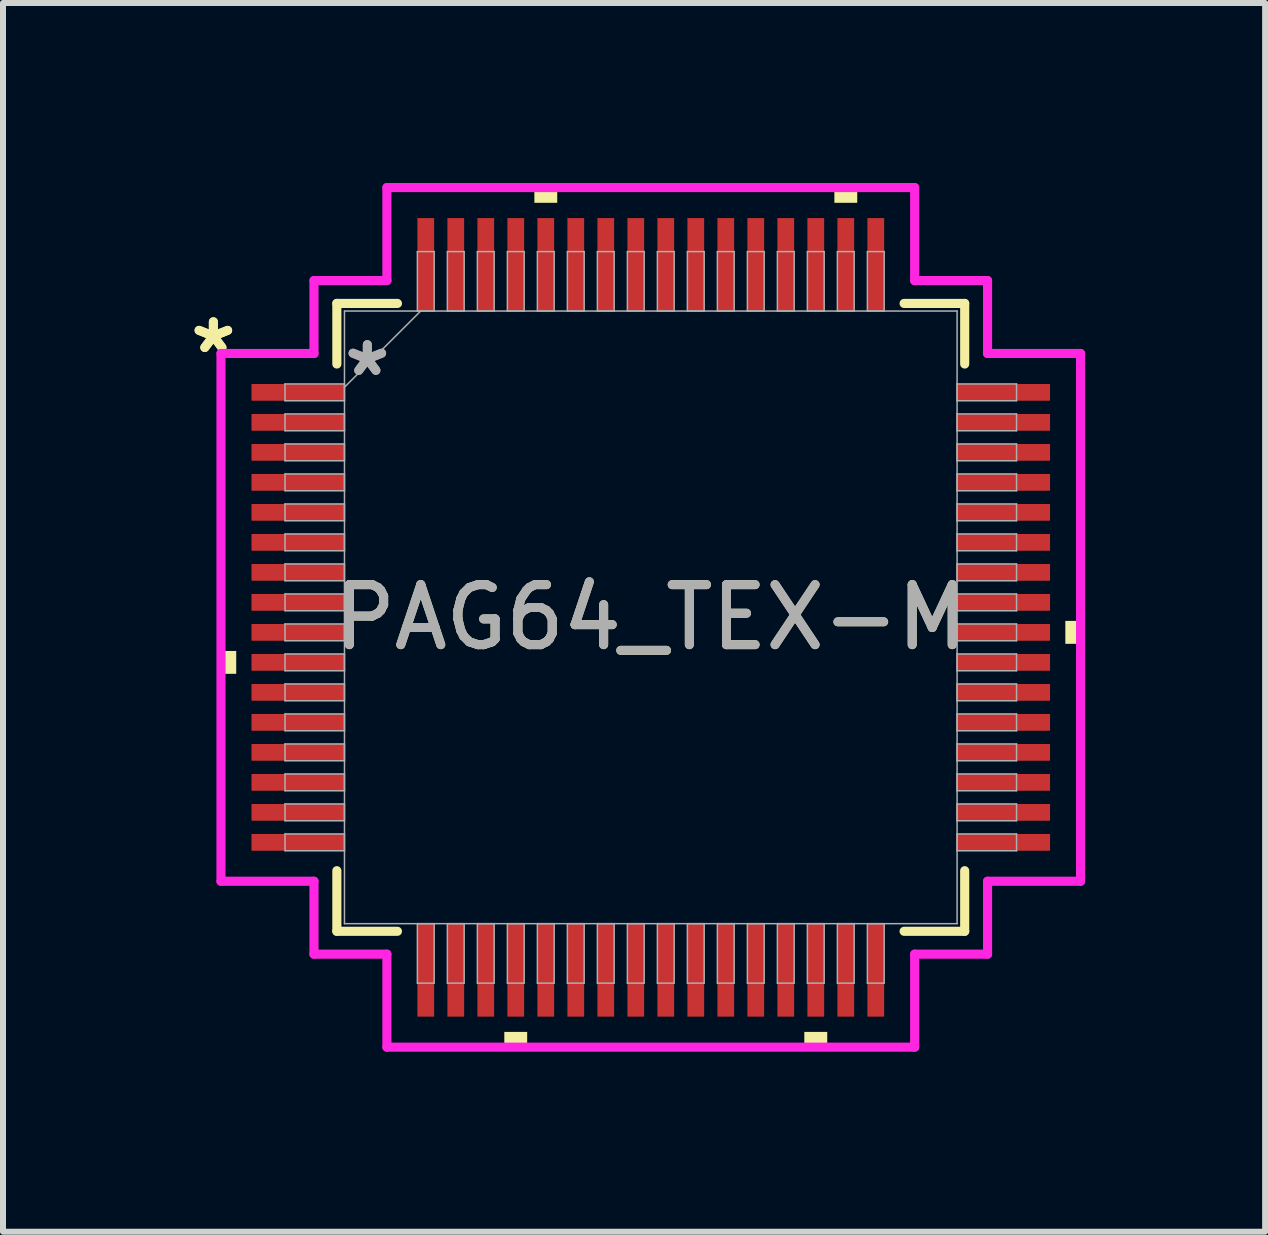
<source format=kicad_pcb>
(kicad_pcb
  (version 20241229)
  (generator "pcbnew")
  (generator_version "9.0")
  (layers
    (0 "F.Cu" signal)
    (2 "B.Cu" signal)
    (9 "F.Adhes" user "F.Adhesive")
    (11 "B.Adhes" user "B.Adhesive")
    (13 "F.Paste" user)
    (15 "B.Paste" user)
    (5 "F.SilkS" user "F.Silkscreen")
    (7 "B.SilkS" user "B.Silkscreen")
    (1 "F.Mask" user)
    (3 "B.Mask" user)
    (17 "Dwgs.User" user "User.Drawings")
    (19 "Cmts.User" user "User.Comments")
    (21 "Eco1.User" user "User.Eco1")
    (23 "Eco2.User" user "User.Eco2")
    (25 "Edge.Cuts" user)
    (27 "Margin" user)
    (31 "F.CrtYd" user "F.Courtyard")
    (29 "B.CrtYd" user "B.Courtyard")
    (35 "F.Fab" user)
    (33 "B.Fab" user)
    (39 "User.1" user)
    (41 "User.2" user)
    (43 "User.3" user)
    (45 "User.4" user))
  (footprint "PAG64_TEX-M"
    (layer "F.Cu")
    (at 7.796 7.239)
    (property "Reference" "PAG64_TEX-M" (at 0 0 0) (unlocked yes) (layer "F.SilkS") (effects (font (size 1 1) (thickness 0.15))))
    (attr smd)
    (fp_line (start -5.232 -5.232) (end -5.232 -4.222) (stroke (width 0.152) (type solid)) (layer "F.SilkS"))
    (fp_line (start -5.232 4.222) (end -5.232 5.232) (stroke (width 0.152) (type solid)) (layer "F.SilkS"))
    (fp_line (start -5.232 5.232) (end -4.222 5.232) (stroke (width 0.152) (type solid)) (layer "F.SilkS"))
    (fp_line (start -4.222 -5.232) (end -5.232 -5.232) (stroke (width 0.152) (type solid)) (layer "F.SilkS"))
    (fp_line (start 4.222 5.232) (end 5.232 5.232) (stroke (width 0.152) (type solid)) (layer "F.SilkS"))
    (fp_line (start 5.232 -5.232) (end 4.222 -5.232) (stroke (width 0.152) (type solid)) (layer "F.SilkS"))
    (fp_line (start 5.232 -4.222) (end 5.232 -5.232) (stroke (width 0.152) (type solid)) (layer "F.SilkS"))
    (fp_line (start 5.232 5.232) (end 5.232 4.222) (stroke (width 0.152) (type solid)) (layer "F.SilkS"))
    (fp_poly (pts (xy -7.163 0.56) (xy -7.163 0.941) (xy -6.909 0.941) (xy -6.909 0.56)) (stroke (width 0) (type solid)) (fill yes) (layer "F.SilkS"))
    (fp_poly (pts (xy -2.441 6.909) (xy -2.441 7.163) (xy -2.06 7.163) (xy -2.06 6.909)) (stroke (width 0) (type solid)) (fill yes) (layer "F.SilkS"))
    (fp_poly (pts (xy -1.94 -6.909) (xy -1.94 -7.163) (xy -1.559 -7.163) (xy -1.559 -6.909)) (stroke (width 0) (type solid)) (fill yes) (layer "F.SilkS"))
    (fp_poly (pts (xy 2.559 6.909) (xy 2.559 7.163) (xy 2.941 7.163) (xy 2.941 6.909)) (stroke (width 0) (type solid)) (fill yes) (layer "F.SilkS"))
    (fp_poly (pts (xy 3.06 -6.909) (xy 3.06 -7.163) (xy 3.441 -7.163) (xy 3.441 -6.909)) (stroke (width 0) (type solid)) (fill yes) (layer "F.SilkS"))
    (fp_poly (pts (xy 7.163 0.059) (xy 7.163 0.441) (xy 6.909 0.441) (xy 6.909 0.059)) (stroke (width 0) (type solid)) (fill yes) (layer "F.SilkS"))
    (fp_line (start -7.163 -4.398) (end -5.613 -4.398) (stroke (width 0.152) (type solid)) (layer "F.CrtYd"))
    (fp_line (start -7.163 4.398) (end -7.163 -4.398) (stroke (width 0.152) (type solid)) (layer "F.CrtYd"))
    (fp_line (start -5.613 -5.613) (end -4.398 -5.613) (stroke (width 0.152) (type solid)) (layer "F.CrtYd"))
    (fp_line (start -5.613 -4.398) (end -5.613 -5.613) (stroke (width 0.152) (type solid)) (layer "F.CrtYd"))
    (fp_line (start -5.613 4.398) (end -7.163 4.398) (stroke (width 0.152) (type solid)) (layer "F.CrtYd"))
    (fp_line (start -5.613 5.613) (end -5.613 4.398) (stroke (width 0.152) (type solid)) (layer "F.CrtYd"))
    (fp_line (start -5.613 5.613) (end -4.398 5.613) (stroke (width 0.152) (type solid)) (layer "F.CrtYd"))
    (fp_line (start -4.398 -7.163) (end 4.398 -7.163) (stroke (width 0.152) (type solid)) (layer "F.CrtYd"))
    (fp_line (start -4.398 -5.613) (end -4.398 -7.163) (stroke (width 0.152) (type solid)) (layer "F.CrtYd"))
    (fp_line (start -4.398 5.613) (end -4.398 7.163) (stroke (width 0.152) (type solid)) (layer "F.CrtYd"))
    (fp_line (start -4.398 7.163) (end 4.398 7.163) (stroke (width 0.152) (type solid)) (layer "F.CrtYd"))
    (fp_line (start 4.398 -7.163) (end 4.398 -5.613) (stroke (width 0.152) (type solid)) (layer "F.CrtYd"))
    (fp_line (start 4.398 -5.613) (end 5.613 -5.613) (stroke (width 0.152) (type solid)) (layer "F.CrtYd"))
    (fp_line (start 4.398 5.613) (end 5.613 5.613) (stroke (width 0.152) (type solid)) (layer "F.CrtYd"))
    (fp_line (start 4.398 7.163) (end 4.398 5.613) (stroke (width 0.152) (type solid)) (layer "F.CrtYd"))
    (fp_line (start 5.613 -4.398) (end 5.613 -5.613) (stroke (width 0.152) (type solid)) (layer "F.CrtYd"))
    (fp_line (start 5.613 4.398) (end 7.163 4.398) (stroke (width 0.152) (type solid)) (layer "F.CrtYd"))
    (fp_line (start 5.613 5.613) (end 5.613 4.398) (stroke (width 0.152) (type solid)) (layer "F.CrtYd"))
    (fp_line (start 7.163 -4.398) (end 5.613 -4.398) (stroke (width 0.152) (type solid)) (layer "F.CrtYd"))
    (fp_line (start 7.163 4.398) (end 7.163 -4.398) (stroke (width 0.152) (type solid)) (layer "F.CrtYd"))
    (fp_line (start -6.096 -3.89) (end -6.096 -3.61) (stroke (width 0.025) (type solid)) (layer "F.Fab"))
    (fp_line (start -6.096 -3.61) (end -5.105 -3.61) (stroke (width 0.025) (type solid)) (layer "F.Fab"))
    (fp_line (start -6.096 -3.39) (end -6.096 -3.11) (stroke (width 0.025) (type solid)) (layer "F.Fab"))
    (fp_line (start -6.096 -3.11) (end -5.105 -3.11) (stroke (width 0.025) (type solid)) (layer "F.Fab"))
    (fp_line (start -6.096 -2.89) (end -6.096 -2.61) (stroke (width 0.025) (type solid)) (layer "F.Fab"))
    (fp_line (start -6.096 -2.61) (end -5.105 -2.61) (stroke (width 0.025) (type solid)) (layer "F.Fab"))
    (fp_line (start -6.096 -2.39) (end -6.096 -2.11) (stroke (width 0.025) (type solid)) (layer "F.Fab"))
    (fp_line (start -6.096 -2.11) (end -5.105 -2.11) (stroke (width 0.025) (type solid)) (layer "F.Fab"))
    (fp_line (start -6.096 -1.89) (end -6.096 -1.61) (stroke (width 0.025) (type solid)) (layer "F.Fab"))
    (fp_line (start -6.096 -1.61) (end -5.105 -1.61) (stroke (width 0.025) (type solid)) (layer "F.Fab"))
    (fp_line (start -6.096 -1.39) (end -6.096 -1.11) (stroke (width 0.025) (type solid)) (layer "F.Fab"))
    (fp_line (start -6.096 -1.11) (end -5.105 -1.11) (stroke (width 0.025) (type solid)) (layer "F.Fab"))
    (fp_line (start -6.096 -0.89) (end -6.096 -0.61) (stroke (width 0.025) (type solid)) (layer "F.Fab"))
    (fp_line (start -6.096 -0.61) (end -5.105 -0.61) (stroke (width 0.025) (type solid)) (layer "F.Fab"))
    (fp_line (start -6.096 -0.39) (end -6.096 -0.11) (stroke (width 0.025) (type solid)) (layer "F.Fab"))
    (fp_line (start -6.096 -0.11) (end -5.105 -0.11) (stroke (width 0.025) (type solid)) (layer "F.Fab"))
    (fp_line (start -6.096 0.11) (end -6.096 0.39) (stroke (width 0.025) (type solid)) (layer "F.Fab"))
    (fp_line (start -6.096 0.39) (end -5.105 0.39) (stroke (width 0.025) (type solid)) (layer "F.Fab"))
    (fp_line (start -6.096 0.61) (end -6.096 0.89) (stroke (width 0.025) (type solid)) (layer "F.Fab"))
    (fp_line (start -6.096 0.89) (end -5.105 0.89) (stroke (width 0.025) (type solid)) (layer "F.Fab"))
    (fp_line (start -6.096 1.11) (end -6.096 1.39) (stroke (width 0.025) (type solid)) (layer "F.Fab"))
    (fp_line (start -6.096 1.39) (end -5.105 1.39) (stroke (width 0.025) (type solid)) (layer "F.Fab"))
    (fp_line (start -6.096 1.61) (end -6.096 1.89) (stroke (width 0.025) (type solid)) (layer "F.Fab"))
    (fp_line (start -6.096 1.89) (end -5.105 1.89) (stroke (width 0.025) (type solid)) (layer "F.Fab"))
    (fp_line (start -6.096 2.11) (end -6.096 2.39) (stroke (width 0.025) (type solid)) (layer "F.Fab"))
    (fp_line (start -6.096 2.39) (end -5.105 2.39) (stroke (width 0.025) (type solid)) (layer "F.Fab"))
    (fp_line (start -6.096 2.61) (end -6.096 2.89) (stroke (width 0.025) (type solid)) (layer "F.Fab"))
    (fp_line (start -6.096 2.89) (end -5.105 2.89) (stroke (width 0.025) (type solid)) (layer "F.Fab"))
    (fp_line (start -6.096 3.11) (end -6.096 3.39) (stroke (width 0.025) (type solid)) (layer "F.Fab"))
    (fp_line (start -6.096 3.39) (end -5.105 3.39) (stroke (width 0.025) (type solid)) (layer "F.Fab"))
    (fp_line (start -6.096 3.61) (end -6.096 3.89) (stroke (width 0.025) (type solid)) (layer "F.Fab"))
    (fp_line (start -6.096 3.89) (end -5.105 3.89) (stroke (width 0.025) (type solid)) (layer "F.Fab"))
    (fp_line (start -5.105 -5.105) (end -5.105 5.105) (stroke (width 0.025) (type solid)) (layer "F.Fab"))
    (fp_line (start -5.105 -3.89) (end -6.096 -3.89) (stroke (width 0.025) (type solid)) (layer "F.Fab"))
    (fp_line (start -5.105 -3.835) (end -3.835 -5.105) (stroke (width 0.025) (type solid)) (layer "F.Fab"))
    (fp_line (start -5.105 -3.61) (end -5.105 -3.89) (stroke (width 0.025) (type solid)) (layer "F.Fab"))
    (fp_line (start -5.105 -3.39) (end -6.096 -3.39) (stroke (width 0.025) (type solid)) (layer "F.Fab"))
    (fp_line (start -5.105 -3.11) (end -5.105 -3.39) (stroke (width 0.025) (type solid)) (layer "F.Fab"))
    (fp_line (start -5.105 -2.89) (end -6.096 -2.89) (stroke (width 0.025) (type solid)) (layer "F.Fab"))
    (fp_line (start -5.105 -2.61) (end -5.105 -2.89) (stroke (width 0.025) (type solid)) (layer "F.Fab"))
    (fp_line (start -5.105 -2.39) (end -6.096 -2.39) (stroke (width 0.025) (type solid)) (layer "F.Fab"))
    (fp_line (start -5.105 -2.11) (end -5.105 -2.39) (stroke (width 0.025) (type solid)) (layer "F.Fab"))
    (fp_line (start -5.105 -1.89) (end -6.096 -1.89) (stroke (width 0.025) (type solid)) (layer "F.Fab"))
    (fp_line (start -5.105 -1.61) (end -5.105 -1.89) (stroke (width 0.025) (type solid)) (layer "F.Fab"))
    (fp_line (start -5.105 -1.39) (end -6.096 -1.39) (stroke (width 0.025) (type solid)) (layer "F.Fab"))
    (fp_line (start -5.105 -1.11) (end -5.105 -1.39) (stroke (width 0.025) (type solid)) (layer "F.Fab"))
    (fp_line (start -5.105 -0.89) (end -6.096 -0.89) (stroke (width 0.025) (type solid)) (layer "F.Fab"))
    (fp_line (start -5.105 -0.61) (end -5.105 -0.89) (stroke (width 0.025) (type solid)) (layer "F.Fab"))
    (fp_line (start -5.105 -0.39) (end -6.096 -0.39) (stroke (width 0.025) (type solid)) (layer "F.Fab"))
    (fp_line (start -5.105 -0.11) (end -5.105 -0.39) (stroke (width 0.025) (type solid)) (layer "F.Fab"))
    (fp_line (start -5.105 0.11) (end -6.096 0.11) (stroke (width 0.025) (type solid)) (layer "F.Fab"))
    (fp_line (start -5.105 0.39) (end -5.105 0.11) (stroke (width 0.025) (type solid)) (layer "F.Fab"))
    (fp_line (start -5.105 0.61) (end -6.096 0.61) (stroke (width 0.025) (type solid)) (layer "F.Fab"))
    (fp_line (start -5.105 0.89) (end -5.105 0.61) (stroke (width 0.025) (type solid)) (layer "F.Fab"))
    (fp_line (start -5.105 1.11) (end -6.096 1.11) (stroke (width 0.025) (type solid)) (layer "F.Fab"))
    (fp_line (start -5.105 1.39) (end -5.105 1.11) (stroke (width 0.025) (type solid)) (layer "F.Fab"))
    (fp_line (start -5.105 1.61) (end -6.096 1.61) (stroke (width 0.025) (type solid)) (layer "F.Fab"))
    (fp_line (start -5.105 1.89) (end -5.105 1.61) (stroke (width 0.025) (type solid)) (layer "F.Fab"))
    (fp_line (start -5.105 2.11) (end -6.096 2.11) (stroke (width 0.025) (type solid)) (layer "F.Fab"))
    (fp_line (start -5.105 2.39) (end -5.105 2.11) (stroke (width 0.025) (type solid)) (layer "F.Fab"))
    (fp_line (start -5.105 2.61) (end -6.096 2.61) (stroke (width 0.025) (type solid)) (layer "F.Fab"))
    (fp_line (start -5.105 2.89) (end -5.105 2.61) (stroke (width 0.025) (type solid)) (layer "F.Fab"))
    (fp_line (start -5.105 3.11) (end -6.096 3.11) (stroke (width 0.025) (type solid)) (layer "F.Fab"))
    (fp_line (start -5.105 3.39) (end -5.105 3.11) (stroke (width 0.025) (type solid)) (layer "F.Fab"))
    (fp_line (start -5.105 3.61) (end -6.096 3.61) (stroke (width 0.025) (type solid)) (layer "F.Fab"))
    (fp_line (start -5.105 3.89) (end -5.105 3.61) (stroke (width 0.025) (type solid)) (layer "F.Fab"))
    (fp_line (start -5.105 5.105) (end 5.105 5.105) (stroke (width 0.025) (type solid)) (layer "F.Fab"))
    (fp_line (start -3.89 -6.096) (end -3.89 -5.105) (stroke (width 0.025) (type solid)) (layer "F.Fab"))
    (fp_line (start -3.89 -5.105) (end -3.61 -5.105) (stroke (width 0.025) (type solid)) (layer "F.Fab"))
    (fp_line (start -3.89 5.105) (end -3.89 6.096) (stroke (width 0.025) (type solid)) (layer "F.Fab"))
    (fp_line (start -3.89 6.096) (end -3.61 6.096) (stroke (width 0.025) (type solid)) (layer "F.Fab"))
    (fp_line (start -3.61 -6.096) (end -3.89 -6.096) (stroke (width 0.025) (type solid)) (layer "F.Fab"))
    (fp_line (start -3.61 -5.105) (end -3.61 -6.096) (stroke (width 0.025) (type solid)) (layer "F.Fab"))
    (fp_line (start -3.61 5.105) (end -3.89 5.105) (stroke (width 0.025) (type solid)) (layer "F.Fab"))
    (fp_line (start -3.61 6.096) (end -3.61 5.105) (stroke (width 0.025) (type solid)) (layer "F.Fab"))
    (fp_line (start -3.39 -6.096) (end -3.39 -5.105) (stroke (width 0.025) (type solid)) (layer "F.Fab"))
    (fp_line (start -3.39 -5.105) (end -3.11 -5.105) (stroke (width 0.025) (type solid)) (layer "F.Fab"))
    (fp_line (start -3.39 5.105) (end -3.39 6.096) (stroke (width 0.025) (type solid)) (layer "F.Fab"))
    (fp_line (start -3.39 6.096) (end -3.11 6.096) (stroke (width 0.025) (type solid)) (layer "F.Fab"))
    (fp_line (start -3.11 -6.096) (end -3.39 -6.096) (stroke (width 0.025) (type solid)) (layer "F.Fab"))
    (fp_line (start -3.11 -5.105) (end -3.11 -6.096) (stroke (width 0.025) (type solid)) (layer "F.Fab"))
    (fp_line (start -3.11 5.105) (end -3.39 5.105) (stroke (width 0.025) (type solid)) (layer "F.Fab"))
    (fp_line (start -3.11 6.096) (end -3.11 5.105) (stroke (width 0.025) (type solid)) (layer "F.Fab"))
    (fp_line (start -2.89 -6.096) (end -2.89 -5.105) (stroke (width 0.025) (type solid)) (layer "F.Fab"))
    (fp_line (start -2.89 -5.105) (end -2.61 -5.105) (stroke (width 0.025) (type solid)) (layer "F.Fab"))
    (fp_line (start -2.89 5.105) (end -2.89 6.096) (stroke (width 0.025) (type solid)) (layer "F.Fab"))
    (fp_line (start -2.89 6.096) (end -2.61 6.096) (stroke (width 0.025) (type solid)) (layer "F.Fab"))
    (fp_line (start -2.61 -6.096) (end -2.89 -6.096) (stroke (width 0.025) (type solid)) (layer "F.Fab"))
    (fp_line (start -2.61 -5.105) (end -2.61 -6.096) (stroke (width 0.025) (type solid)) (layer "F.Fab"))
    (fp_line (start -2.61 5.105) (end -2.89 5.105) (stroke (width 0.025) (type solid)) (layer "F.Fab"))
    (fp_line (start -2.61 6.096) (end -2.61 5.105) (stroke (width 0.025) (type solid)) (layer "F.Fab"))
    (fp_line (start -2.39 -6.096) (end -2.39 -5.105) (stroke (width 0.025) (type solid)) (layer "F.Fab"))
    (fp_line (start -2.39 -5.105) (end -2.11 -5.105) (stroke (width 0.025) (type solid)) (layer "F.Fab"))
    (fp_line (start -2.39 5.105) (end -2.39 6.096) (stroke (width 0.025) (type solid)) (layer "F.Fab"))
    (fp_line (start -2.39 6.096) (end -2.11 6.096) (stroke (width 0.025) (type solid)) (layer "F.Fab"))
    (fp_line (start -2.11 -6.096) (end -2.39 -6.096) (stroke (width 0.025) (type solid)) (layer "F.Fab"))
    (fp_line (start -2.11 -5.105) (end -2.11 -6.096) (stroke (width 0.025) (type solid)) (layer "F.Fab"))
    (fp_line (start -2.11 5.105) (end -2.39 5.105) (stroke (width 0.025) (type solid)) (layer "F.Fab"))
    (fp_line (start -2.11 6.096) (end -2.11 5.105) (stroke (width 0.025) (type solid)) (layer "F.Fab"))
    (fp_line (start -1.89 -6.096) (end -1.89 -5.105) (stroke (width 0.025) (type solid)) (layer "F.Fab"))
    (fp_line (start -1.89 -5.105) (end -1.61 -5.105) (stroke (width 0.025) (type solid)) (layer "F.Fab"))
    (fp_line (start -1.89 5.105) (end -1.89 6.096) (stroke (width 0.025) (type solid)) (layer "F.Fab"))
    (fp_line (start -1.89 6.096) (end -1.61 6.096) (stroke (width 0.025) (type solid)) (layer "F.Fab"))
    (fp_line (start -1.61 -6.096) (end -1.89 -6.096) (stroke (width 0.025) (type solid)) (layer "F.Fab"))
    (fp_line (start -1.61 -5.105) (end -1.61 -6.096) (stroke (width 0.025) (type solid)) (layer "F.Fab"))
    (fp_line (start -1.61 5.105) (end -1.89 5.105) (stroke (width 0.025) (type solid)) (layer "F.Fab"))
    (fp_line (start -1.61 6.096) (end -1.61 5.105) (stroke (width 0.025) (type solid)) (layer "F.Fab"))
    (fp_line (start -1.39 -6.096) (end -1.39 -5.105) (stroke (width 0.025) (type solid)) (layer "F.Fab"))
    (fp_line (start -1.39 -5.105) (end -1.11 -5.105) (stroke (width 0.025) (type solid)) (layer "F.Fab"))
    (fp_line (start -1.39 5.105) (end -1.39 6.096) (stroke (width 0.025) (type solid)) (layer "F.Fab"))
    (fp_line (start -1.39 6.096) (end -1.11 6.096) (stroke (width 0.025) (type solid)) (layer "F.Fab"))
    (fp_line (start -1.11 -6.096) (end -1.39 -6.096) (stroke (width 0.025) (type solid)) (layer "F.Fab"))
    (fp_line (start -1.11 -5.105) (end -1.11 -6.096) (stroke (width 0.025) (type solid)) (layer "F.Fab"))
    (fp_line (start -1.11 5.105) (end -1.39 5.105) (stroke (width 0.025) (type solid)) (layer "F.Fab"))
    (fp_line (start -1.11 6.096) (end -1.11 5.105) (stroke (width 0.025) (type solid)) (layer "F.Fab"))
    (fp_line (start -0.89 -6.096) (end -0.89 -5.105) (stroke (width 0.025) (type solid)) (layer "F.Fab"))
    (fp_line (start -0.89 -5.105) (end -0.61 -5.105) (stroke (width 0.025) (type solid)) (layer "F.Fab"))
    (fp_line (start -0.89 5.105) (end -0.89 6.096) (stroke (width 0.025) (type solid)) (layer "F.Fab"))
    (fp_line (start -0.89 6.096) (end -0.61 6.096) (stroke (width 0.025) (type solid)) (layer "F.Fab"))
    (fp_line (start -0.61 -6.096) (end -0.89 -6.096) (stroke (width 0.025) (type solid)) (layer "F.Fab"))
    (fp_line (start -0.61 -5.105) (end -0.61 -6.096) (stroke (width 0.025) (type solid)) (layer "F.Fab"))
    (fp_line (start -0.61 5.105) (end -0.89 5.105) (stroke (width 0.025) (type solid)) (layer "F.Fab"))
    (fp_line (start -0.61 6.096) (end -0.61 5.105) (stroke (width 0.025) (type solid)) (layer "F.Fab"))
    (fp_line (start -0.39 -6.096) (end -0.39 -5.105) (stroke (width 0.025) (type solid)) (layer "F.Fab"))
    (fp_line (start -0.39 -5.105) (end -0.11 -5.105) (stroke (width 0.025) (type solid)) (layer "F.Fab"))
    (fp_line (start -0.39 5.105) (end -0.39 6.096) (stroke (width 0.025) (type solid)) (layer "F.Fab"))
    (fp_line (start -0.39 6.096) (end -0.11 6.096) (stroke (width 0.025) (type solid)) (layer "F.Fab"))
    (fp_line (start -0.11 -6.096) (end -0.39 -6.096) (stroke (width 0.025) (type solid)) (layer "F.Fab"))
    (fp_line (start -0.11 -5.105) (end -0.11 -6.096) (stroke (width 0.025) (type solid)) (layer "F.Fab"))
    (fp_line (start -0.11 5.105) (end -0.39 5.105) (stroke (width 0.025) (type solid)) (layer "F.Fab"))
    (fp_line (start -0.11 6.096) (end -0.11 5.105) (stroke (width 0.025) (type solid)) (layer "F.Fab"))
    (fp_line (start 0.11 -6.096) (end 0.11 -5.105) (stroke (width 0.025) (type solid)) (layer "F.Fab"))
    (fp_line (start 0.11 -5.105) (end 0.39 -5.105) (stroke (width 0.025) (type solid)) (layer "F.Fab"))
    (fp_line (start 0.11 5.105) (end 0.11 6.096) (stroke (width 0.025) (type solid)) (layer "F.Fab"))
    (fp_line (start 0.11 6.096) (end 0.39 6.096) (stroke (width 0.025) (type solid)) (layer "F.Fab"))
    (fp_line (start 0.39 -6.096) (end 0.11 -6.096) (stroke (width 0.025) (type solid)) (layer "F.Fab"))
    (fp_line (start 0.39 -5.105) (end 0.39 -6.096) (stroke (width 0.025) (type solid)) (layer "F.Fab"))
    (fp_line (start 0.39 5.105) (end 0.11 5.105) (stroke (width 0.025) (type solid)) (layer "F.Fab"))
    (fp_line (start 0.39 6.096) (end 0.39 5.105) (stroke (width 0.025) (type solid)) (layer "F.Fab"))
    (fp_line (start 0.61 -6.096) (end 0.61 -5.105) (stroke (width 0.025) (type solid)) (layer "F.Fab"))
    (fp_line (start 0.61 -5.105) (end 0.89 -5.105) (stroke (width 0.025) (type solid)) (layer "F.Fab"))
    (fp_line (start 0.61 5.105) (end 0.61 6.096) (stroke (width 0.025) (type solid)) (layer "F.Fab"))
    (fp_line (start 0.61 6.096) (end 0.89 6.096) (stroke (width 0.025) (type solid)) (layer "F.Fab"))
    (fp_line (start 0.89 -6.096) (end 0.61 -6.096) (stroke (width 0.025) (type solid)) (layer "F.Fab"))
    (fp_line (start 0.89 -5.105) (end 0.89 -6.096) (stroke (width 0.025) (type solid)) (layer "F.Fab"))
    (fp_line (start 0.89 5.105) (end 0.61 5.105) (stroke (width 0.025) (type solid)) (layer "F.Fab"))
    (fp_line (start 0.89 6.096) (end 0.89 5.105) (stroke (width 0.025) (type solid)) (layer "F.Fab"))
    (fp_line (start 1.11 -6.096) (end 1.11 -5.105) (stroke (width 0.025) (type solid)) (layer "F.Fab"))
    (fp_line (start 1.11 -5.105) (end 1.39 -5.105) (stroke (width 0.025) (type solid)) (layer "F.Fab"))
    (fp_line (start 1.11 5.105) (end 1.11 6.096) (stroke (width 0.025) (type solid)) (layer "F.Fab"))
    (fp_line (start 1.11 6.096) (end 1.39 6.096) (stroke (width 0.025) (type solid)) (layer "F.Fab"))
    (fp_line (start 1.39 -6.096) (end 1.11 -6.096) (stroke (width 0.025) (type solid)) (layer "F.Fab"))
    (fp_line (start 1.39 -5.105) (end 1.39 -6.096) (stroke (width 0.025) (type solid)) (layer "F.Fab"))
    (fp_line (start 1.39 5.105) (end 1.11 5.105) (stroke (width 0.025) (type solid)) (layer "F.Fab"))
    (fp_line (start 1.39 6.096) (end 1.39 5.105) (stroke (width 0.025) (type solid)) (layer "F.Fab"))
    (fp_line (start 1.61 -6.096) (end 1.61 -5.105) (stroke (width 0.025) (type solid)) (layer "F.Fab"))
    (fp_line (start 1.61 -5.105) (end 1.89 -5.105) (stroke (width 0.025) (type solid)) (layer "F.Fab"))
    (fp_line (start 1.61 5.105) (end 1.61 6.096) (stroke (width 0.025) (type solid)) (layer "F.Fab"))
    (fp_line (start 1.61 6.096) (end 1.89 6.096) (stroke (width 0.025) (type solid)) (layer "F.Fab"))
    (fp_line (start 1.89 -6.096) (end 1.61 -6.096) (stroke (width 0.025) (type solid)) (layer "F.Fab"))
    (fp_line (start 1.89 -5.105) (end 1.89 -6.096) (stroke (width 0.025) (type solid)) (layer "F.Fab"))
    (fp_line (start 1.89 5.105) (end 1.61 5.105) (stroke (width 0.025) (type solid)) (layer "F.Fab"))
    (fp_line (start 1.89 6.096) (end 1.89 5.105) (stroke (width 0.025) (type solid)) (layer "F.Fab"))
    (fp_line (start 2.11 -6.096) (end 2.11 -5.105) (stroke (width 0.025) (type solid)) (layer "F.Fab"))
    (fp_line (start 2.11 -5.105) (end 2.39 -5.105) (stroke (width 0.025) (type solid)) (layer "F.Fab"))
    (fp_line (start 2.11 5.105) (end 2.11 6.096) (stroke (width 0.025) (type solid)) (layer "F.Fab"))
    (fp_line (start 2.11 6.096) (end 2.39 6.096) (stroke (width 0.025) (type solid)) (layer "F.Fab"))
    (fp_line (start 2.39 -6.096) (end 2.11 -6.096) (stroke (width 0.025) (type solid)) (layer "F.Fab"))
    (fp_line (start 2.39 -5.105) (end 2.39 -6.096) (stroke (width 0.025) (type solid)) (layer "F.Fab"))
    (fp_line (start 2.39 5.105) (end 2.11 5.105) (stroke (width 0.025) (type solid)) (layer "F.Fab"))
    (fp_line (start 2.39 6.096) (end 2.39 5.105) (stroke (width 0.025) (type solid)) (layer "F.Fab"))
    (fp_line (start 2.61 -6.096) (end 2.61 -5.105) (stroke (width 0.025) (type solid)) (layer "F.Fab"))
    (fp_line (start 2.61 -5.105) (end 2.89 -5.105) (stroke (width 0.025) (type solid)) (layer "F.Fab"))
    (fp_line (start 2.61 5.105) (end 2.61 6.096) (stroke (width 0.025) (type solid)) (layer "F.Fab"))
    (fp_line (start 2.61 6.096) (end 2.89 6.096) (stroke (width 0.025) (type solid)) (layer "F.Fab"))
    (fp_line (start 2.89 -6.096) (end 2.61 -6.096) (stroke (width 0.025) (type solid)) (layer "F.Fab"))
    (fp_line (start 2.89 -5.105) (end 2.89 -6.096) (stroke (width 0.025) (type solid)) (layer "F.Fab"))
    (fp_line (start 2.89 5.105) (end 2.61 5.105) (stroke (width 0.025) (type solid)) (layer "F.Fab"))
    (fp_line (start 2.89 6.096) (end 2.89 5.105) (stroke (width 0.025) (type solid)) (layer "F.Fab"))
    (fp_line (start 3.11 -6.096) (end 3.11 -5.105) (stroke (width 0.025) (type solid)) (layer "F.Fab"))
    (fp_line (start 3.11 -5.105) (end 3.39 -5.105) (stroke (width 0.025) (type solid)) (layer "F.Fab"))
    (fp_line (start 3.11 5.105) (end 3.11 6.096) (stroke (width 0.025) (type solid)) (layer "F.Fab"))
    (fp_line (start 3.11 6.096) (end 3.39 6.096) (stroke (width 0.025) (type solid)) (layer "F.Fab"))
    (fp_line (start 3.39 -6.096) (end 3.11 -6.096) (stroke (width 0.025) (type solid)) (layer "F.Fab"))
    (fp_line (start 3.39 -5.105) (end 3.39 -6.096) (stroke (width 0.025) (type solid)) (layer "F.Fab"))
    (fp_line (start 3.39 5.105) (end 3.11 5.105) (stroke (width 0.025) (type solid)) (layer "F.Fab"))
    (fp_line (start 3.39 6.096) (end 3.39 5.105) (stroke (width 0.025) (type solid)) (layer "F.Fab"))
    (fp_line (start 3.61 -6.096) (end 3.61 -5.105) (stroke (width 0.025) (type solid)) (layer "F.Fab"))
    (fp_line (start 3.61 -5.105) (end 3.89 -5.105) (stroke (width 0.025) (type solid)) (layer "F.Fab"))
    (fp_line (start 3.61 5.105) (end 3.61 6.096) (stroke (width 0.025) (type solid)) (layer "F.Fab"))
    (fp_line (start 3.61 6.096) (end 3.89 6.096) (stroke (width 0.025) (type solid)) (layer "F.Fab"))
    (fp_line (start 3.89 -6.096) (end 3.61 -6.096) (stroke (width 0.025) (type solid)) (layer "F.Fab"))
    (fp_line (start 3.89 -5.105) (end 3.89 -6.096) (stroke (width 0.025) (type solid)) (layer "F.Fab"))
    (fp_line (start 3.89 5.105) (end 3.61 5.105) (stroke (width 0.025) (type solid)) (layer "F.Fab"))
    (fp_line (start 3.89 6.096) (end 3.89 5.105) (stroke (width 0.025) (type solid)) (layer "F.Fab"))
    (fp_line (start 5.105 -5.105) (end -5.105 -5.105) (stroke (width 0.025) (type solid)) (layer "F.Fab"))
    (fp_line (start 5.105 -3.89) (end 5.105 -3.61) (stroke (width 0.025) (type solid)) (layer "F.Fab"))
    (fp_line (start 5.105 -3.61) (end 6.096 -3.61) (stroke (width 0.025) (type solid)) (layer "F.Fab"))
    (fp_line (start 5.105 -3.39) (end 5.105 -3.11) (stroke (width 0.025) (type solid)) (layer "F.Fab"))
    (fp_line (start 5.105 -3.11) (end 6.096 -3.11) (stroke (width 0.025) (type solid)) (layer "F.Fab"))
    (fp_line (start 5.105 -2.89) (end 5.105 -2.61) (stroke (width 0.025) (type solid)) (layer "F.Fab"))
    (fp_line (start 5.105 -2.61) (end 6.096 -2.61) (stroke (width 0.025) (type solid)) (layer "F.Fab"))
    (fp_line (start 5.105 -2.39) (end 5.105 -2.11) (stroke (width 0.025) (type solid)) (layer "F.Fab"))
    (fp_line (start 5.105 -2.11) (end 6.096 -2.11) (stroke (width 0.025) (type solid)) (layer "F.Fab"))
    (fp_line (start 5.105 -1.89) (end 5.105 -1.61) (stroke (width 0.025) (type solid)) (layer "F.Fab"))
    (fp_line (start 5.105 -1.61) (end 6.096 -1.61) (stroke (width 0.025) (type solid)) (layer "F.Fab"))
    (fp_line (start 5.105 -1.39) (end 5.105 -1.11) (stroke (width 0.025) (type solid)) (layer "F.Fab"))
    (fp_line (start 5.105 -1.11) (end 6.096 -1.11) (stroke (width 0.025) (type solid)) (layer "F.Fab"))
    (fp_line (start 5.105 -0.89) (end 5.105 -0.61) (stroke (width 0.025) (type solid)) (layer "F.Fab"))
    (fp_line (start 5.105 -0.61) (end 6.096 -0.61) (stroke (width 0.025) (type solid)) (layer "F.Fab"))
    (fp_line (start 5.105 -0.39) (end 5.105 -0.11) (stroke (width 0.025) (type solid)) (layer "F.Fab"))
    (fp_line (start 5.105 -0.11) (end 6.096 -0.11) (stroke (width 0.025) (type solid)) (layer "F.Fab"))
    (fp_line (start 5.105 0.11) (end 5.105 0.39) (stroke (width 0.025) (type solid)) (layer "F.Fab"))
    (fp_line (start 5.105 0.39) (end 6.096 0.39) (stroke (width 0.025) (type solid)) (layer "F.Fab"))
    (fp_line (start 5.105 0.61) (end 5.105 0.89) (stroke (width 0.025) (type solid)) (layer "F.Fab"))
    (fp_line (start 5.105 0.89) (end 6.096 0.89) (stroke (width 0.025) (type solid)) (layer "F.Fab"))
    (fp_line (start 5.105 1.11) (end 5.105 1.39) (stroke (width 0.025) (type solid)) (layer "F.Fab"))
    (fp_line (start 5.105 1.39) (end 6.096 1.39) (stroke (width 0.025) (type solid)) (layer "F.Fab"))
    (fp_line (start 5.105 1.61) (end 5.105 1.89) (stroke (width 0.025) (type solid)) (layer "F.Fab"))
    (fp_line (start 5.105 1.89) (end 6.096 1.89) (stroke (width 0.025) (type solid)) (layer "F.Fab"))
    (fp_line (start 5.105 2.11) (end 5.105 2.39) (stroke (width 0.025) (type solid)) (layer "F.Fab"))
    (fp_line (start 5.105 2.39) (end 6.096 2.39) (stroke (width 0.025) (type solid)) (layer "F.Fab"))
    (fp_line (start 5.105 2.61) (end 5.105 2.89) (stroke (width 0.025) (type solid)) (layer "F.Fab"))
    (fp_line (start 5.105 2.89) (end 6.096 2.89) (stroke (width 0.025) (type solid)) (layer "F.Fab"))
    (fp_line (start 5.105 3.11) (end 5.105 3.39) (stroke (width 0.025) (type solid)) (layer "F.Fab"))
    (fp_line (start 5.105 3.39) (end 6.096 3.39) (stroke (width 0.025) (type solid)) (layer "F.Fab"))
    (fp_line (start 5.105 3.61) (end 5.105 3.89) (stroke (width 0.025) (type solid)) (layer "F.Fab"))
    (fp_line (start 5.105 3.89) (end 6.096 3.89) (stroke (width 0.025) (type solid)) (layer "F.Fab"))
    (fp_line (start 5.105 5.105) (end 5.105 -5.105) (stroke (width 0.025) (type solid)) (layer "F.Fab"))
    (fp_line (start 6.096 -3.89) (end 5.105 -3.89) (stroke (width 0.025) (type solid)) (layer "F.Fab"))
    (fp_line (start 6.096 -3.61) (end 6.096 -3.89) (stroke (width 0.025) (type solid)) (layer "F.Fab"))
    (fp_line (start 6.096 -3.39) (end 5.105 -3.39) (stroke (width 0.025) (type solid)) (layer "F.Fab"))
    (fp_line (start 6.096 -3.11) (end 6.096 -3.39) (stroke (width 0.025) (type solid)) (layer "F.Fab"))
    (fp_line (start 6.096 -2.89) (end 5.105 -2.89) (stroke (width 0.025) (type solid)) (layer "F.Fab"))
    (fp_line (start 6.096 -2.61) (end 6.096 -2.89) (stroke (width 0.025) (type solid)) (layer "F.Fab"))
    (fp_line (start 6.096 -2.39) (end 5.105 -2.39) (stroke (width 0.025) (type solid)) (layer "F.Fab"))
    (fp_line (start 6.096 -2.11) (end 6.096 -2.39) (stroke (width 0.025) (type solid)) (layer "F.Fab"))
    (fp_line (start 6.096 -1.89) (end 5.105 -1.89) (stroke (width 0.025) (type solid)) (layer "F.Fab"))
    (fp_line (start 6.096 -1.61) (end 6.096 -1.89) (stroke (width 0.025) (type solid)) (layer "F.Fab"))
    (fp_line (start 6.096 -1.39) (end 5.105 -1.39) (stroke (width 0.025) (type solid)) (layer "F.Fab"))
    (fp_line (start 6.096 -1.11) (end 6.096 -1.39) (stroke (width 0.025) (type solid)) (layer "F.Fab"))
    (fp_line (start 6.096 -0.89) (end 5.105 -0.89) (stroke (width 0.025) (type solid)) (layer "F.Fab"))
    (fp_line (start 6.096 -0.61) (end 6.096 -0.89) (stroke (width 0.025) (type solid)) (layer "F.Fab"))
    (fp_line (start 6.096 -0.39) (end 5.105 -0.39) (stroke (width 0.025) (type solid)) (layer "F.Fab"))
    (fp_line (start 6.096 -0.11) (end 6.096 -0.39) (stroke (width 0.025) (type solid)) (layer "F.Fab"))
    (fp_line (start 6.096 0.11) (end 5.105 0.11) (stroke (width 0.025) (type solid)) (layer "F.Fab"))
    (fp_line (start 6.096 0.39) (end 6.096 0.11) (stroke (width 0.025) (type solid)) (layer "F.Fab"))
    (fp_line (start 6.096 0.61) (end 5.105 0.61) (stroke (width 0.025) (type solid)) (layer "F.Fab"))
    (fp_line (start 6.096 0.89) (end 6.096 0.61) (stroke (width 0.025) (type solid)) (layer "F.Fab"))
    (fp_line (start 6.096 1.11) (end 5.105 1.11) (stroke (width 0.025) (type solid)) (layer "F.Fab"))
    (fp_line (start 6.096 1.39) (end 6.096 1.11) (stroke (width 0.025) (type solid)) (layer "F.Fab"))
    (fp_line (start 6.096 1.61) (end 5.105 1.61) (stroke (width 0.025) (type solid)) (layer "F.Fab"))
    (fp_line (start 6.096 1.89) (end 6.096 1.61) (stroke (width 0.025) (type solid)) (layer "F.Fab"))
    (fp_line (start 6.096 2.11) (end 5.105 2.11) (stroke (width 0.025) (type solid)) (layer "F.Fab"))
    (fp_line (start 6.096 2.39) (end 6.096 2.11) (stroke (width 0.025) (type solid)) (layer "F.Fab"))
    (fp_line (start 6.096 2.61) (end 5.105 2.61) (stroke (width 0.025) (type solid)) (layer "F.Fab"))
    (fp_line (start 6.096 2.89) (end 6.096 2.61) (stroke (width 0.025) (type solid)) (layer "F.Fab"))
    (fp_line (start 6.096 3.11) (end 5.105 3.11) (stroke (width 0.025) (type solid)) (layer "F.Fab"))
    (fp_line (start 6.096 3.39) (end 6.096 3.11) (stroke (width 0.025) (type solid)) (layer "F.Fab"))
    (fp_line (start 6.096 3.61) (end 5.105 3.61) (stroke (width 0.025) (type solid)) (layer "F.Fab"))
    (fp_line (start 6.096 3.89) (end 6.096 3.61) (stroke (width 0.025) (type solid)) (layer "F.Fab"))
    (fp_text user "*" (at -7.29 -4.381 0) (unlocked yes) (layer "F.SilkS") (effects (font (size 1 1) (thickness 0.15))))
    (fp_text user "*" (at -7.29 -4.381 0) (layer "F.SilkS") (effects (font (size 1 1) (thickness 0.15))))
    (fp_text user "*" (at -4.724 -4 0) (layer "F.Fab") (effects (font (size 1 1) (thickness 0.15))))
    (fp_text user "*" (at -4.724 -4 0) (unlocked yes) (layer "F.Fab") (effects (font (size 1 1) (thickness 0.15))))
    (fp_text user "${REFERENCE}" (at 0 0 0) (unlocked yes) (layer "F.Fab") (effects (font (size 1 1) (thickness 0.15))))
    (pad "1" smd rect (at -5.88 -3.75 90) (size 0.279 1.549) (layers "F.Cu" "F.Mask" "F.Paste"))
    (pad "2" smd rect (at -5.88 -3.25 90) (size 0.279 1.549) (layers "F.Cu" "F.Mask" "F.Paste"))
    (pad "3" smd rect (at -5.88 -2.75 90) (size 0.279 1.549) (layers "F.Cu" "F.Mask" "F.Paste"))
    (pad "4" smd rect (at -5.88 -2.25 90) (size 0.279 1.549) (layers "F.Cu" "F.Mask" "F.Paste"))
    (pad "5" smd rect (at -5.88 -1.75 90) (size 0.279 1.549) (layers "F.Cu" "F.Mask" "F.Paste"))
    (pad "6" smd rect (at -5.88 -1.25 90) (size 0.279 1.549) (layers "F.Cu" "F.Mask" "F.Paste"))
    (pad "7" smd rect (at -5.88 -0.75 90) (size 0.279 1.549) (layers "F.Cu" "F.Mask" "F.Paste"))
    (pad "8" smd rect (at -5.88 -0.25 90) (size 0.279 1.549) (layers "F.Cu" "F.Mask" "F.Paste"))
    (pad "9" smd rect (at -5.88 0.25 90) (size 0.279 1.549) (layers "F.Cu" "F.Mask" "F.Paste"))
    (pad "10" smd rect (at -5.88 0.75 90) (size 0.279 1.549) (layers "F.Cu" "F.Mask" "F.Paste"))
    (pad "11" smd rect (at -5.88 1.25 90) (size 0.279 1.549) (layers "F.Cu" "F.Mask" "F.Paste"))
    (pad "12" smd rect (at -5.88 1.75 90) (size 0.279 1.549) (layers "F.Cu" "F.Mask" "F.Paste"))
    (pad "13" smd rect (at -5.88 2.25 90) (size 0.279 1.549) (layers "F.Cu" "F.Mask" "F.Paste"))
    (pad "14" smd rect (at -5.88 2.75 90) (size 0.279 1.549) (layers "F.Cu" "F.Mask" "F.Paste"))
    (pad "15" smd rect (at -5.88 3.25 90) (size 0.279 1.549) (layers "F.Cu" "F.Mask" "F.Paste"))
    (pad "16" smd rect (at -5.88 3.75 90) (size 0.279 1.549) (layers "F.Cu" "F.Mask" "F.Paste"))
    (pad "17" smd rect (at -3.75 5.88) (size 0.279 1.549) (layers "F.Cu" "F.Mask" "F.Paste"))
    (pad "18" smd rect (at -3.25 5.88) (size 0.279 1.549) (layers "F.Cu" "F.Mask" "F.Paste"))
    (pad "19" smd rect (at -2.75 5.88) (size 0.279 1.549) (layers "F.Cu" "F.Mask" "F.Paste"))
    (pad "20" smd rect (at -2.25 5.88) (size 0.279 1.549) (layers "F.Cu" "F.Mask" "F.Paste"))
    (pad "21" smd rect (at -1.75 5.88) (size 0.279 1.549) (layers "F.Cu" "F.Mask" "F.Paste"))
    (pad "22" smd rect (at -1.25 5.88) (size 0.279 1.549) (layers "F.Cu" "F.Mask" "F.Paste"))
    (pad "23" smd rect (at -0.75 5.88) (size 0.279 1.549) (layers "F.Cu" "F.Mask" "F.Paste"))
    (pad "24" smd rect (at -0.25 5.88) (size 0.279 1.549) (layers "F.Cu" "F.Mask" "F.Paste"))
    (pad "25" smd rect (at 0.25 5.88) (size 0.279 1.549) (layers "F.Cu" "F.Mask" "F.Paste"))
    (pad "26" smd rect (at 0.75 5.88) (size 0.279 1.549) (layers "F.Cu" "F.Mask" "F.Paste"))
    (pad "27" smd rect (at 1.25 5.88) (size 0.279 1.549) (layers "F.Cu" "F.Mask" "F.Paste"))
    (pad "28" smd rect (at 1.75 5.88) (size 0.279 1.549) (layers "F.Cu" "F.Mask" "F.Paste"))
    (pad "29" smd rect (at 2.25 5.88) (size 0.279 1.549) (layers "F.Cu" "F.Mask" "F.Paste"))
    (pad "30" smd rect (at 2.75 5.88) (size 0.279 1.549) (layers "F.Cu" "F.Mask" "F.Paste"))
    (pad "31" smd rect (at 3.25 5.88) (size 0.279 1.549) (layers "F.Cu" "F.Mask" "F.Paste"))
    (pad "32" smd rect (at 3.75 5.88) (size 0.279 1.549) (layers "F.Cu" "F.Mask" "F.Paste"))
    (pad "33" smd rect (at 5.88 3.75 90) (size 0.279 1.549) (layers "F.Cu" "F.Mask" "F.Paste"))
    (pad "34" smd rect (at 5.88 3.25 90) (size 0.279 1.549) (layers "F.Cu" "F.Mask" "F.Paste"))
    (pad "35" smd rect (at 5.88 2.75 90) (size 0.279 1.549) (layers "F.Cu" "F.Mask" "F.Paste"))
    (pad "36" smd rect (at 5.88 2.25 90) (size 0.279 1.549) (layers "F.Cu" "F.Mask" "F.Paste"))
    (pad "37" smd rect (at 5.88 1.75 90) (size 0.279 1.549) (layers "F.Cu" "F.Mask" "F.Paste"))
    (pad "38" smd rect (at 5.88 1.25 90) (size 0.279 1.549) (layers "F.Cu" "F.Mask" "F.Paste"))
    (pad "39" smd rect (at 5.88 0.75 90) (size 0.279 1.549) (layers "F.Cu" "F.Mask" "F.Paste"))
    (pad "40" smd rect (at 5.88 0.25 90) (size 0.279 1.549) (layers "F.Cu" "F.Mask" "F.Paste"))
    (pad "41" smd rect (at 5.88 -0.25 90) (size 0.279 1.549) (layers "F.Cu" "F.Mask" "F.Paste"))
    (pad "42" smd rect (at 5.88 -0.75 90) (size 0.279 1.549) (layers "F.Cu" "F.Mask" "F.Paste"))
    (pad "43" smd rect (at 5.88 -1.25 90) (size 0.279 1.549) (layers "F.Cu" "F.Mask" "F.Paste"))
    (pad "44" smd rect (at 5.88 -1.75 90) (size 0.279 1.549) (layers "F.Cu" "F.Mask" "F.Paste"))
    (pad "45" smd rect (at 5.88 -2.25 90) (size 0.279 1.549) (layers "F.Cu" "F.Mask" "F.Paste"))
    (pad "46" smd rect (at 5.88 -2.75 90) (size 0.279 1.549) (layers "F.Cu" "F.Mask" "F.Paste"))
    (pad "47" smd rect (at 5.88 -3.25 90) (size 0.279 1.549) (layers "F.Cu" "F.Mask" "F.Paste"))
    (pad "48" smd rect (at 5.88 -3.75 90) (size 0.279 1.549) (layers "F.Cu" "F.Mask" "F.Paste"))
    (pad "49" smd rect (at 3.75 -5.88) (size 0.279 1.549) (layers "F.Cu" "F.Mask" "F.Paste"))
    (pad "50" smd rect (at 3.25 -5.88) (size 0.279 1.549) (layers "F.Cu" "F.Mask" "F.Paste"))
    (pad "51" smd rect (at 2.75 -5.88) (size 0.279 1.549) (layers "F.Cu" "F.Mask" "F.Paste"))
    (pad "52" smd rect (at 2.25 -5.88) (size 0.279 1.549) (layers "F.Cu" "F.Mask" "F.Paste"))
    (pad "53" smd rect (at 1.75 -5.88) (size 0.279 1.549) (layers "F.Cu" "F.Mask" "F.Paste"))
    (pad "54" smd rect (at 1.25 -5.88) (size 0.279 1.549) (layers "F.Cu" "F.Mask" "F.Paste"))
    (pad "55" smd rect (at 0.75 -5.88) (size 0.279 1.549) (layers "F.Cu" "F.Mask" "F.Paste"))
    (pad "56" smd rect (at 0.25 -5.88) (size 0.279 1.549) (layers "F.Cu" "F.Mask" "F.Paste"))
    (pad "57" smd rect (at -0.25 -5.88) (size 0.279 1.549) (layers "F.Cu" "F.Mask" "F.Paste"))
    (pad "58" smd rect (at -0.75 -5.88) (size 0.279 1.549) (layers "F.Cu" "F.Mask" "F.Paste"))
    (pad "59" smd rect (at -1.25 -5.88) (size 0.279 1.549) (layers "F.Cu" "F.Mask" "F.Paste"))
    (pad "60" smd rect (at -1.75 -5.88) (size 0.279 1.549) (layers "F.Cu" "F.Mask" "F.Paste"))
    (pad "61" smd rect (at -2.25 -5.88) (size 0.279 1.549) (layers "F.Cu" "F.Mask" "F.Paste"))
    (pad "62" smd rect (at -2.75 -5.88) (size 0.279 1.549) (layers "F.Cu" "F.Mask" "F.Paste"))
    (pad "63" smd rect (at -3.25 -5.88) (size 0.279 1.549) (layers "F.Cu" "F.Mask" "F.Paste"))
    (pad "64" smd rect (at -3.75 -5.88) (size 0.279 1.549) (layers "F.Cu" "F.Mask" "F.Paste")))
  (gr_rect
    (start -3 -3)
    (end 18.035 17.478)
    (stroke (width 0.1) (type default))
    (fill no)
    (layer "Edge.Cuts")))
</source>
